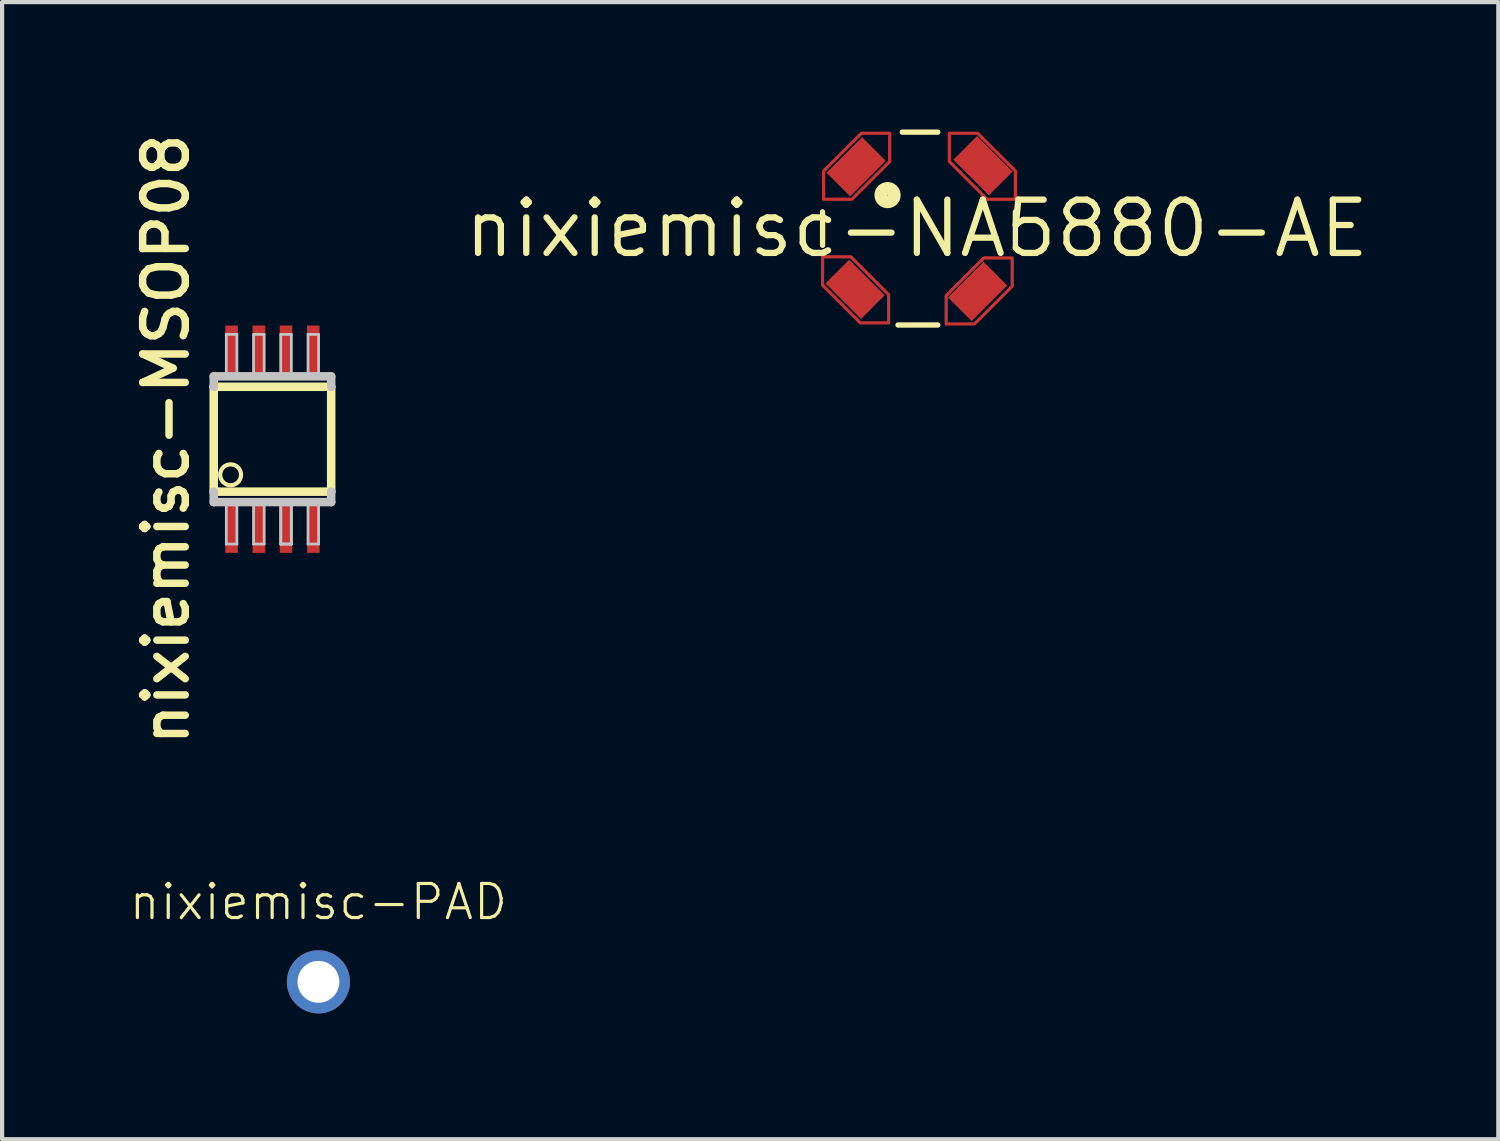
<source format=kicad_pcb>
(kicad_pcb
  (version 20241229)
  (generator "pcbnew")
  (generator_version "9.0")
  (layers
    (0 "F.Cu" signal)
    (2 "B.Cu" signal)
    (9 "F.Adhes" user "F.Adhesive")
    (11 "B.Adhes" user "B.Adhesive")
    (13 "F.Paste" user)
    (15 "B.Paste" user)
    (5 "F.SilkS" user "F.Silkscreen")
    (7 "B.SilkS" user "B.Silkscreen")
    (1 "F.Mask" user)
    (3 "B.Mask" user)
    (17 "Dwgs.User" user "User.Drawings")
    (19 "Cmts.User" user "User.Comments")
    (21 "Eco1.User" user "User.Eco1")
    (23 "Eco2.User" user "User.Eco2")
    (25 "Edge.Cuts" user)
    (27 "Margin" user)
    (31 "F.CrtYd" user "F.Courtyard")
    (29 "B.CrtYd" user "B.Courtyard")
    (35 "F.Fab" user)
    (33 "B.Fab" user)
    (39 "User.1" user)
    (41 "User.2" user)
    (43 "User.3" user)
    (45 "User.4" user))
  (footprint "nixiemisc-NA5880-AE"
    (layer "F.Cu")
    (at 18.81 2.4)
    (property "Reference" "nixiemisc-NA5880-AE" (at 0 0 0) (unlocked yes) (layer "F.SilkS") (effects (font (size 1.27 1.27) (thickness 0.15))))
    (attr smd)
    (fp_poly (pts (xy -2.223 -0.699) (xy -2.223 -1.374) (xy -1.323 -2.273) (xy -0.648 -2.273) (xy -0.648 -1.598) (xy -1.549 -0.699) (xy -2.223 -0.699)) (stroke (width 0.076) (type solid)) (fill no) (layer "F.Cu"))
    (fp_poly (pts (xy -0.673 2.248) (xy -1.349 2.248) (xy -2.248 1.349) (xy -2.248 0.673) (xy -1.575 0.673) (xy -0.673 1.575) (xy -0.673 2.248)) (stroke (width 0.076) (type solid)) (fill no) (layer "F.Cu"))
    (fp_poly (pts (xy 0.699 2.273) (xy 0.699 1.598) (xy 1.598 0.699) (xy 2.273 0.699) (xy 2.273 1.374) (xy 1.374 2.273) (xy 0.699 2.273)) (stroke (width 0.076) (type solid)) (fill no) (layer "F.Cu"))
    (fp_poly (pts (xy 2.349 -0.699) (xy 1.674 -0.699) (xy 0.775 -1.598) (xy 0.775 -2.273) (xy 1.448 -2.273) (xy 2.349 -1.374) (xy 2.349 -0.699)) (stroke (width 0.076) (type solid)) (fill no) (layer "F.Cu"))
    (fp_poly (pts (xy -2.223 -0.699) (xy -2.223 -1.374) (xy -1.323 -2.273) (xy -0.648 -2.273) (xy -0.648 -1.598) (xy -1.549 -0.699) (xy -2.223 -0.699)) (stroke (width 0.254) (type solid)) (fill no) (layer "F.Mask"))
    (fp_poly (pts (xy -0.673 2.248) (xy -1.349 2.248) (xy -2.248 1.349) (xy -2.248 0.673) (xy -1.575 0.673) (xy -0.673 1.575) (xy -0.673 2.248)) (stroke (width 0.254) (type solid)) (fill no) (layer "F.Mask"))
    (fp_poly (pts (xy 0.699 2.273) (xy 0.699 1.598) (xy 1.598 0.699) (xy 2.273 0.699) (xy 2.273 1.374) (xy 1.374 2.273) (xy 0.699 2.273)) (stroke (width 0.254) (type solid)) (fill no) (layer "F.Mask"))
    (fp_poly (pts (xy 2.349 -0.699) (xy 1.674 -0.699) (xy 0.775 -1.598) (xy 0.775 -2.273) (xy 1.448 -2.273) (xy 2.349 -1.374) (xy 2.349 -0.699)) (stroke (width 0.254) (type solid)) (fill no) (layer "F.Mask"))
    (fp_line (start -2.248 -0.399) (end -2.248 0.399) (stroke (width 0.127) (type solid)) (layer "F.SilkS"))
    (fp_line (start -0.45 2.299) (end 0.498 2.299) (stroke (width 0.127) (type solid)) (layer "F.SilkS"))
    (fp_line (start -0.348 -2.299) (end 0.498 -2.299) (stroke (width 0.127) (type solid)) (layer "F.SilkS"))
    (fp_line (start 2.349 -0.399) (end 2.349 0.45) (stroke (width 0.127) (type solid)) (layer "F.SilkS"))
    (fp_circle (center -0.699 -0.798) (end -0.699 -0.958) (stroke (width 0.305) (type solid)) (fill no) (layer "F.SilkS"))
    (fp_poly (pts (xy -2.223 -0.699) (xy -2.223 -1.374) (xy -1.323 -2.273) (xy -0.648 -2.273) (xy -0.648 -1.598) (xy -1.549 -0.699) (xy -2.223 -0.699)) (stroke (width 0.076) (type solid)) (fill no) (layer "F.Paste"))
    (fp_poly (pts (xy -0.673 2.248) (xy -1.349 2.248) (xy -2.248 1.349) (xy -2.248 0.673) (xy -1.575 0.673) (xy -0.673 1.575) (xy -0.673 2.248)) (stroke (width 0.076) (type solid)) (fill no) (layer "F.Paste"))
    (fp_poly (pts (xy 0.699 2.273) (xy 0.699 1.598) (xy 1.598 0.699) (xy 2.273 0.699) (xy 2.273 1.374) (xy 1.374 2.273) (xy 0.699 2.273)) (stroke (width 0.076) (type solid)) (fill no) (layer "F.Paste"))
    (fp_poly (pts (xy 2.349 -0.699) (xy 1.674 -0.699) (xy 0.775 -1.598) (xy 0.775 -2.273) (xy 1.448 -2.273) (xy 2.349 -1.374) (xy 2.349 -0.699)) (stroke (width 0.076) (type solid)) (fill no) (layer "F.Paste"))
    (pad "P$1" smd rect (at -1.448 -1.473 45) (size 1.199 0.798) (layers "F.Cu" "F.Mask" "F.Paste"))
    (pad "P$2" smd rect (at -1.473 1.448 135) (size 1.199 0.798) (layers "F.Cu" "F.Mask" "F.Paste"))
    (pad "P$3" smd rect (at 1.448 1.499 225) (size 1.199 0.798) (layers "F.Cu" "F.Mask" "F.Paste"))
    (pad "P$4" smd rect (at 1.575 -1.499 135) (size 1.199 0.798) (layers "F.Cu" "F.Mask" "F.Paste")))
  (footprint "nixiemisc-MSOP08"
    (layer "F.Cu")
    (at 3.446 7.422)
    (property "Reference" "nixiemisc-MSOP08" (at -2.54 0 90) (unlocked yes) (layer "F.SilkS") (effects (font (size 1.016 1.016) (thickness 0.178))))
    (attr smd)
    (fp_line (start -1.4 -1.25) (end 1.4 -1.25) (stroke (width 0.203) (type solid)) (layer "F.SilkS"))
    (fp_line (start -1.4 1.25) (end -1.4 -1.25) (stroke (width 0.203) (type solid)) (layer "F.SilkS"))
    (fp_line (start 1.4 -1.25) (end 1.4 1.25) (stroke (width 0.203) (type solid)) (layer "F.SilkS"))
    (fp_line (start 1.4 1.25) (end -1.4 1.25) (stroke (width 0.203) (type solid)) (layer "F.SilkS"))
    (fp_circle (center -0.998 0.848) (end -0.998 0.599) (stroke (width 0.1) (type solid)) (fill no) (layer "F.SilkS"))
    (fp_line (start -1.4 -1.499) (end 1.4 -1.499) (stroke (width 0.203) (type solid)) (layer "Dwgs.User"))
    (fp_line (start -1.4 -1.25) (end -1.4 -1.499) (stroke (width 0.203) (type solid)) (layer "Dwgs.User"))
    (fp_line (start -1.4 1.25) (end -1.4 1.499) (stroke (width 0.203) (type solid)) (layer "Dwgs.User"))
    (fp_line (start -1.1 -2.499) (end -0.848 -2.499) (stroke (width 0.066) (type solid)) (layer "Dwgs.User"))
    (fp_line (start -1.1 -1.499) (end -1.1 -2.499) (stroke (width 0.066) (type solid)) (layer "Dwgs.User"))
    (fp_line (start -1.1 -1.499) (end -0.848 -1.499) (stroke (width 0.066) (type solid)) (layer "Dwgs.User"))
    (fp_line (start -1.1 1.499) (end -0.848 1.499) (stroke (width 0.066) (type solid)) (layer "Dwgs.User"))
    (fp_line (start -1.1 2.499) (end -1.1 1.499) (stroke (width 0.066) (type solid)) (layer "Dwgs.User"))
    (fp_line (start -1.1 2.499) (end -0.848 2.499) (stroke (width 0.066) (type solid)) (layer "Dwgs.User"))
    (fp_line (start -0.848 -1.499) (end -0.848 -2.499) (stroke (width 0.066) (type solid)) (layer "Dwgs.User"))
    (fp_line (start -0.848 2.499) (end -0.848 1.499) (stroke (width 0.066) (type solid)) (layer "Dwgs.User"))
    (fp_line (start -0.45 -2.499) (end -0.198 -2.499) (stroke (width 0.066) (type solid)) (layer "Dwgs.User"))
    (fp_line (start -0.45 -1.499) (end -0.45 -2.499) (stroke (width 0.066) (type solid)) (layer "Dwgs.User"))
    (fp_line (start -0.45 -1.499) (end -0.198 -1.499) (stroke (width 0.066) (type solid)) (layer "Dwgs.User"))
    (fp_line (start -0.45 1.499) (end -0.198 1.499) (stroke (width 0.066) (type solid)) (layer "Dwgs.User"))
    (fp_line (start -0.45 2.499) (end -0.45 1.499) (stroke (width 0.066) (type solid)) (layer "Dwgs.User"))
    (fp_line (start -0.45 2.499) (end -0.198 2.499) (stroke (width 0.066) (type solid)) (layer "Dwgs.User"))
    (fp_line (start -0.198 -1.499) (end -0.198 -2.499) (stroke (width 0.066) (type solid)) (layer "Dwgs.User"))
    (fp_line (start -0.198 2.499) (end -0.198 1.499) (stroke (width 0.066) (type solid)) (layer "Dwgs.User"))
    (fp_line (start 0.198 -2.499) (end 0.45 -2.499) (stroke (width 0.066) (type solid)) (layer "Dwgs.User"))
    (fp_line (start 0.198 -1.499) (end 0.198 -2.499) (stroke (width 0.066) (type solid)) (layer "Dwgs.User"))
    (fp_line (start 0.198 -1.499) (end 0.45 -1.499) (stroke (width 0.066) (type solid)) (layer "Dwgs.User"))
    (fp_line (start 0.198 1.499) (end 0.45 1.499) (stroke (width 0.066) (type solid)) (layer "Dwgs.User"))
    (fp_line (start 0.198 1.499) (end 0.45 1.499) (stroke (width 0.066) (type solid)) (layer "Dwgs.User"))
    (fp_line (start 0.198 2.499) (end 0.198 1.499) (stroke (width 0.066) (type solid)) (layer "Dwgs.User"))
    (fp_line (start 0.198 2.499) (end 0.198 1.499) (stroke (width 0.066) (type solid)) (layer "Dwgs.User"))
    (fp_line (start 0.198 2.499) (end 0.45 2.499) (stroke (width 0.066) (type solid)) (layer "Dwgs.User"))
    (fp_line (start 0.198 2.499) (end 0.45 2.499) (stroke (width 0.066) (type solid)) (layer "Dwgs.User"))
    (fp_line (start 0.45 -1.499) (end 0.45 -2.499) (stroke (width 0.066) (type solid)) (layer "Dwgs.User"))
    (fp_line (start 0.45 2.499) (end 0.45 1.499) (stroke (width 0.066) (type solid)) (layer "Dwgs.User"))
    (fp_line (start 0.45 2.499) (end 0.45 1.499) (stroke (width 0.066) (type solid)) (layer "Dwgs.User"))
    (fp_line (start 0.848 -2.499) (end 1.1 -2.499) (stroke (width 0.066) (type solid)) (layer "Dwgs.User"))
    (fp_line (start 0.848 -1.499) (end 0.848 -2.499) (stroke (width 0.066) (type solid)) (layer "Dwgs.User"))
    (fp_line (start 0.848 -1.499) (end 1.1 -1.499) (stroke (width 0.066) (type solid)) (layer "Dwgs.User"))
    (fp_line (start 0.848 1.499) (end 1.1 1.499) (stroke (width 0.066) (type solid)) (layer "Dwgs.User"))
    (fp_line (start 0.848 2.499) (end 0.848 1.499) (stroke (width 0.066) (type solid)) (layer "Dwgs.User"))
    (fp_line (start 0.848 2.499) (end 1.1 2.499) (stroke (width 0.066) (type solid)) (layer "Dwgs.User"))
    (fp_line (start 1.1 -1.499) (end 1.1 -2.499) (stroke (width 0.066) (type solid)) (layer "Dwgs.User"))
    (fp_line (start 1.1 2.499) (end 1.1 1.499) (stroke (width 0.066) (type solid)) (layer "Dwgs.User"))
    (fp_line (start 1.4 -1.25) (end 1.4 -1.499) (stroke (width 0.203) (type solid)) (layer "Dwgs.User"))
    (fp_line (start 1.4 1.25) (end 1.4 1.499) (stroke (width 0.203) (type solid)) (layer "Dwgs.User"))
    (fp_line (start 1.4 1.499) (end -1.4 1.499) (stroke (width 0.203) (type solid)) (layer "Dwgs.User"))
    (pad "1" smd rect (at -0.975 2.111) (size 0.3 1.199) (layers "F.Cu" "F.Mask" "F.Paste"))
    (pad "2" smd rect (at -0.325 2.111) (size 0.3 1.199) (layers "F.Cu" "F.Mask" "F.Paste"))
    (pad "3" smd rect (at 0.323 2.111) (size 0.3 1.199) (layers "F.Cu" "F.Mask" "F.Paste"))
    (pad "4" smd rect (at 0.973 2.111) (size 0.3 1.199) (layers "F.Cu" "F.Mask" "F.Paste"))
    (pad "5" smd rect (at 0.973 -2.111) (size 0.3 1.199) (layers "F.Cu" "F.Mask" "F.Paste"))
    (pad "6" smd rect (at 0.323 -2.111) (size 0.3 1.199) (layers "F.Cu" "F.Mask" "F.Paste"))
    (pad "7" smd rect (at -0.325 -2.111) (size 0.3 1.199) (layers "F.Cu" "F.Mask" "F.Paste"))
    (pad "8" smd rect (at -0.975 -2.111) (size 0.3 1.199) (layers "F.Cu" "F.Mask" "F.Paste")))
  (footprint "nixiemisc-PAD"
    (layer "F.Cu")
    (at 4.542 20.359)
    (property "Reference" "nixiemisc-PAD" (at 0 -1.905 0) (unlocked yes) (layer "F.SilkS") (effects (font (size 0.813 0.813) (thickness 0.076))))
    (attr exclude_from_pos_files exclude_from_bom)
    (pad "P$1" thru_hole circle (at 0 0) (size 1.506 1.506) (drill 0.998) (layers "*.Cu" "*.Mask")))
  (gr_rect
    (start -3 -3)
    (end 32.673 24.112)
    (stroke (width 0.1) (type default))
    (fill no)
    (layer "Edge.Cuts")))
</source>
